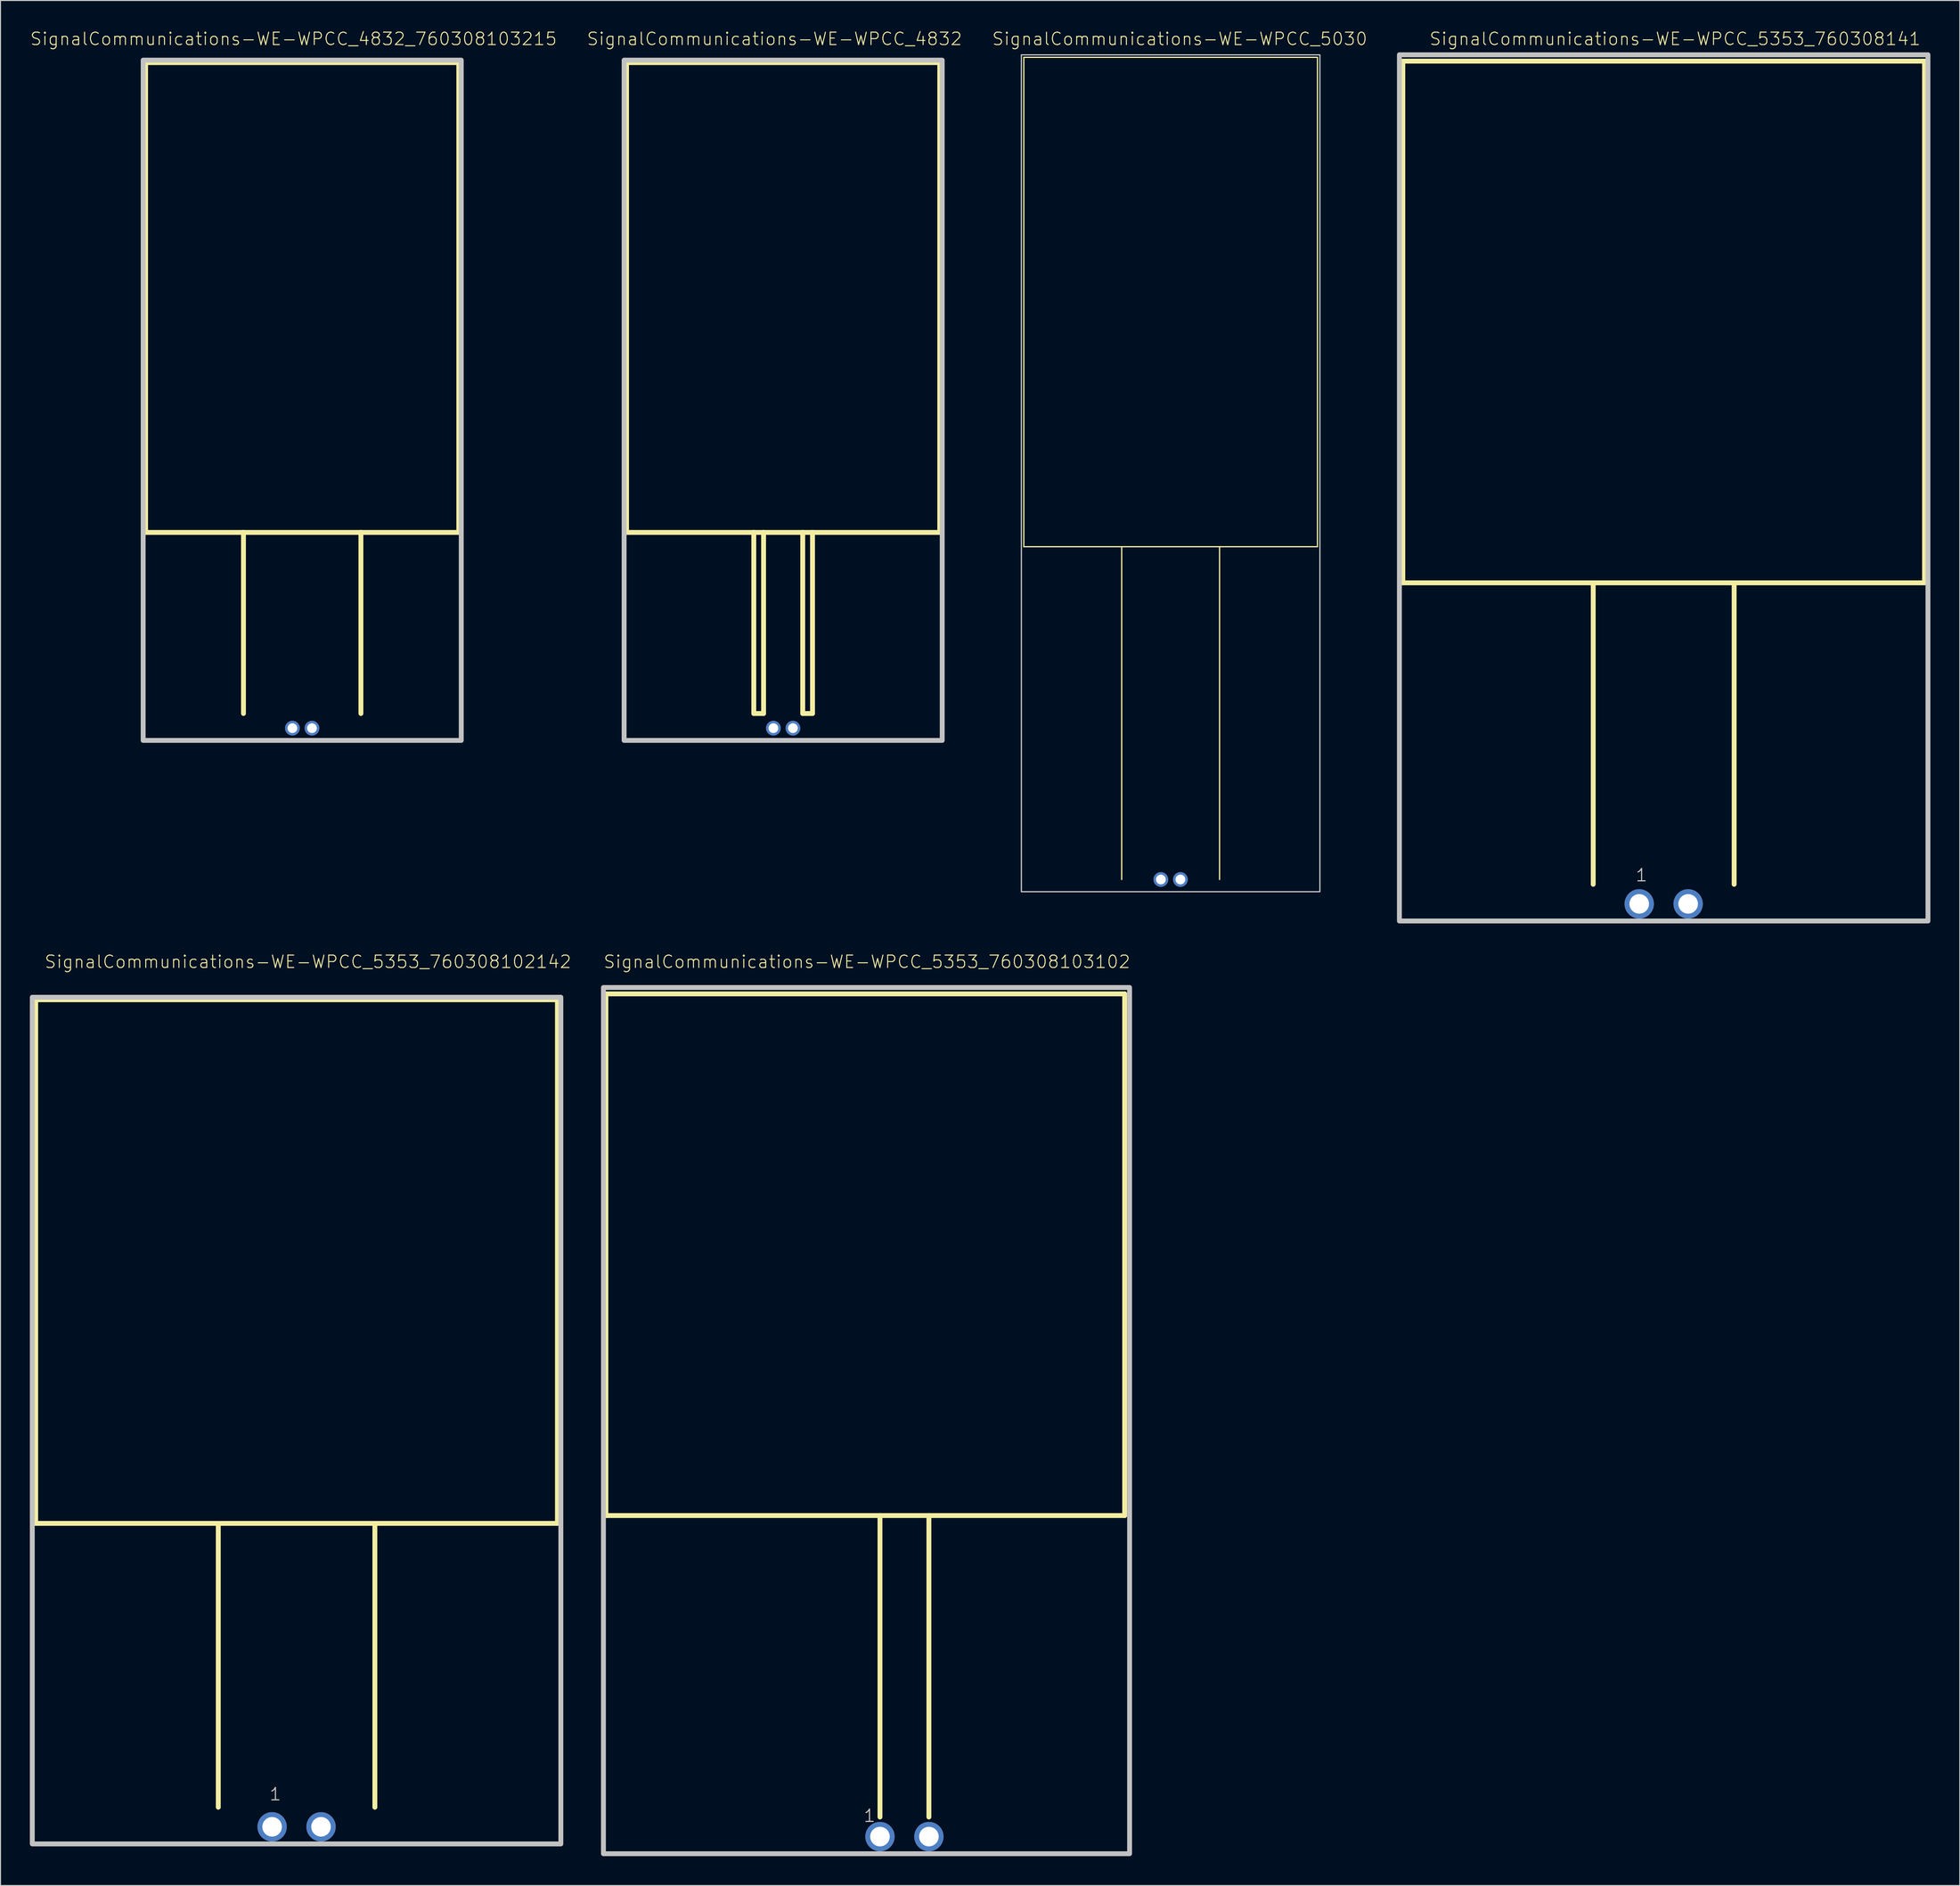
<source format=kicad_pcb>
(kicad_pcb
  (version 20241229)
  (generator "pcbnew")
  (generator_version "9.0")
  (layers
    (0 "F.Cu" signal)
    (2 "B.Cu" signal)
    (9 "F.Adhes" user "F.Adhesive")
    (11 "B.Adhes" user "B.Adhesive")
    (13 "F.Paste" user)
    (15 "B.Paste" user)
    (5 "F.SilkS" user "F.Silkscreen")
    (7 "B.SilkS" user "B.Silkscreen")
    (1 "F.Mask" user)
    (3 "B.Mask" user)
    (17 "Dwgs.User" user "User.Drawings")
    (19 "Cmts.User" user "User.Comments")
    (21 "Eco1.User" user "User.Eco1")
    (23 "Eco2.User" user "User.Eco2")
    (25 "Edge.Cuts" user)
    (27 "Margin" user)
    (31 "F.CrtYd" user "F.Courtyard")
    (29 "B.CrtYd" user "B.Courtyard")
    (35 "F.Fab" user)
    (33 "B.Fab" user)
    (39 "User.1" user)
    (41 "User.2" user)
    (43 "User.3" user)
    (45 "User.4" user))
  (footprint "SignalCommunications-WE-WPCC_4832_760308103215"
    (layer "F.Cu")
    (at 27.821 71.345)
    (property "Reference" "SignalCommunications-WE-WPCC_4832_760308103215" (at -0.884 -70.424 0) (layer "F.SilkS") (effects (font (size 1.27 1.27) (thickness 0.102))))
    (attr exclude_from_pos_files exclude_from_bom)
    (fp_line (start -15.999 -67.998) (end 15.999 -67.998) (stroke (width 0.498) (type solid)) (layer "F.SilkS"))
    (fp_line (start -15.999 -20) (end -15.999 -67.998) (stroke (width 0.498) (type solid)) (layer "F.SilkS"))
    (fp_line (start -5.999 -20) (end -15.999 -20) (stroke (width 0.498) (type solid)) (layer "F.SilkS"))
    (fp_line (start -5.999 -20) (end -5.999 -1.499) (stroke (width 0.498) (type solid)) (layer "F.SilkS"))
    (fp_line (start 5.999 -20) (end -5.999 -20) (stroke (width 0.498) (type solid)) (layer "F.SilkS"))
    (fp_line (start 5.999 -1.499) (end 5.999 -20) (stroke (width 0.498) (type solid)) (layer "F.SilkS"))
    (fp_line (start 15.999 -67.998) (end 15.999 -20) (stroke (width 0.498) (type solid)) (layer "F.SilkS"))
    (fp_line (start 15.999 -20) (end 5.999 -20) (stroke (width 0.498) (type solid)) (layer "F.SilkS"))
    (fp_poly (pts (xy -16.248 -68.25) (xy 16.248 -68.25) (xy 16.248 1.25) (xy -16.248 1.25) (xy -16.248 -68.25)) (stroke (width 0.498) (type solid)) (fill no) (layer "Dwgs.User"))
    (pad "1" thru_hole circle (at -0.998 0) (size 1.506 1.506) (drill 0.998) (layers "*.Cu" "*.Paste" "*.Mask"))
    (pad "2" thru_hole circle (at 0.998 0) (size 1.506 1.506) (drill 0.998) (layers "*.Cu" "*.Paste" "*.Mask")))
  (footprint "SignalCommunications-WE-WPCC_5030"
    (layer "F.Cu")
    (at 116.539 86.804)
    (property "Reference" "SignalCommunications-WE-WPCC_5030" (at 0.925 -85.882 0) (layer "F.SilkS") (effects (font (size 1.27 1.27) (thickness 0.102))))
    (attr exclude_from_pos_files exclude_from_bom)
    (fp_line (start -14.999 -83.998) (end 14.999 -83.998) (stroke (width 0.127) (type solid)) (layer "F.SilkS"))
    (fp_line (start -14.999 -33.998) (end -14.999 -83.998) (stroke (width 0.127) (type solid)) (layer "F.SilkS"))
    (fp_line (start -4.999 0) (end -4.999 -33.998) (stroke (width 0.127) (type solid)) (layer "F.SilkS"))
    (fp_line (start 4.999 0) (end 4.999 -33.998) (stroke (width 0.127) (type solid)) (layer "F.SilkS"))
    (fp_line (start 14.999 -83.998) (end 14.999 -33.998) (stroke (width 0.127) (type solid)) (layer "F.SilkS"))
    (fp_line (start 14.999 -33.998) (end -14.999 -33.998) (stroke (width 0.127) (type solid)) (layer "F.SilkS"))
    (fp_poly (pts (xy 15.248 -84.249) (xy 15.248 1.25) (xy -15.248 1.25) (xy -15.248 -84.249) (xy 15.248 -84.249)) (stroke (width 0.127) (type solid)) (fill no) (layer "Dwgs.User"))
    (pad "1" thru_hole circle (at -0.998 0) (size 1.506 1.506) (drill 0.998) (layers "*.Cu" "*.Paste" "*.Mask"))
    (pad "2" thru_hole circle (at 0.998 0) (size 1.506 1.506) (drill 0.998) (layers "*.Cu" "*.Paste" "*.Mask")))
  (footprint "SignalCommunications-WE-WPCC_4832"
    (layer "F.Cu")
    (at 76.955 71.345)
    (property "Reference" "SignalCommunications-WE-WPCC_4832" (at -0.884 -70.424 0) (layer "F.SilkS") (effects (font (size 1.27 1.27) (thickness 0.102))))
    (attr exclude_from_pos_files exclude_from_bom)
    (fp_line (start -15.999 -67.998) (end 15.999 -67.998) (stroke (width 0.498) (type solid)) (layer "F.SilkS"))
    (fp_line (start -15.999 -20) (end -15.999 -67.998) (stroke (width 0.498) (type solid)) (layer "F.SilkS"))
    (fp_line (start -3 -20) (end -15.999 -20) (stroke (width 0.498) (type solid)) (layer "F.SilkS"))
    (fp_line (start -3 -20) (end -3 -1.499) (stroke (width 0.498) (type solid)) (layer "F.SilkS"))
    (fp_line (start -3 -1.499) (end -1.999 -1.499) (stroke (width 0.498) (type solid)) (layer "F.SilkS"))
    (fp_line (start -1.999 -20) (end -3 -20) (stroke (width 0.498) (type solid)) (layer "F.SilkS"))
    (fp_line (start -1.999 -1.499) (end -1.999 -20) (stroke (width 0.498) (type solid)) (layer "F.SilkS"))
    (fp_line (start 1.999 -20) (end -1.999 -20) (stroke (width 0.498) (type solid)) (layer "F.SilkS"))
    (fp_line (start 1.999 -20) (end 1.999 -1.499) (stroke (width 0.498) (type solid)) (layer "F.SilkS"))
    (fp_line (start 1.999 -1.499) (end 3 -1.499) (stroke (width 0.498) (type solid)) (layer "F.SilkS"))
    (fp_line (start 3 -20) (end 1.999 -20) (stroke (width 0.498) (type solid)) (layer "F.SilkS"))
    (fp_line (start 3 -1.499) (end 3 -20) (stroke (width 0.498) (type solid)) (layer "F.SilkS"))
    (fp_line (start 15.999 -67.998) (end 15.999 -20) (stroke (width 0.498) (type solid)) (layer "F.SilkS"))
    (fp_line (start 15.999 -20) (end 3 -20) (stroke (width 0.498) (type solid)) (layer "F.SilkS"))
    (fp_poly (pts (xy -16.248 -68.25) (xy 16.248 -68.25) (xy 16.248 1.25) (xy -16.248 1.25) (xy -16.248 -68.25)) (stroke (width 0.498) (type solid)) (fill no) (layer "Dwgs.User"))
    (pad "1" thru_hole circle (at -0.998 0) (size 1.506 1.506) (drill 0.998) (layers "*.Cu" "*.Paste" "*.Mask"))
    (pad "2" thru_hole circle (at 0.998 0) (size 1.506 1.506) (drill 0.998) (layers "*.Cu" "*.Paste" "*.Mask")))
  (footprint "SignalCommunications-WE-WPCC_5353_760308103102"
    (layer "F.Cu")
    (at 89.345 184.588)
    (property "Reference" "SignalCommunications-WE-WPCC_5353_760308103102" (at -3.833 -89.375 0) (layer "F.SilkS") (effects (font (size 1.27 1.27) (thickness 0.102))))
    (attr exclude_from_pos_files exclude_from_bom)
    (fp_line (start -30.498 -86.098) (end 22.499 -86.098) (stroke (width 0.498) (type solid)) (layer "F.SilkS"))
    (fp_line (start -30.498 -32.799) (end -30.498 -86.098) (stroke (width 0.498) (type solid)) (layer "F.SilkS"))
    (fp_line (start -2.499 -32.799) (end -30.498 -32.799) (stroke (width 0.498) (type solid)) (layer "F.SilkS"))
    (fp_line (start -2.499 -32.799) (end -2.499 -1.999) (stroke (width 0.498) (type solid)) (layer "F.SilkS"))
    (fp_line (start 2.499 -32.799) (end -2.499 -32.799) (stroke (width 0.498) (type solid)) (layer "F.SilkS"))
    (fp_line (start 2.499 -32.799) (end 2.499 -1.999) (stroke (width 0.498) (type solid)) (layer "F.SilkS"))
    (fp_line (start 22.499 -86.098) (end 22.499 -32.799) (stroke (width 0.498) (type solid)) (layer "F.SilkS"))
    (fp_line (start 22.499 -32.799) (end 2.499 -32.799) (stroke (width 0.498) (type solid)) (layer "F.SilkS"))
    (fp_poly (pts (xy -30.749 -86.749) (xy 23 -86.749) (xy 23 1.748) (xy -30.749 1.748) (xy -30.749 -86.749)) (stroke (width 0.498) (type solid)) (fill no) (layer "Dwgs.User"))
    (fp_text user "1" (at -3.564 -2.134 0) (layer "F.SilkS") (effects (font (size 1.27 1.27) (thickness 0.102))))
    (fp_text user "1" (at -3.564 -2.134 0) (layer "Dwgs.User") (effects (font (size 1.27 1.27) (thickness 0.102))))
    (pad "1" thru_hole circle (at -2.499 0) (size 3 3) (drill 1.999) (layers "*.Cu" "*.Paste" "*.Mask"))
    (pad "2" thru_hole circle (at 2.499 0) (size 3 3) (drill 1.999) (layers "*.Cu" "*.Paste" "*.Mask")))
  (footprint "SignalCommunications-WE-WPCC_5353_760308102142"
    (layer "F.Cu")
    (at 27.247 183.587)
    (property "Reference" "SignalCommunications-WE-WPCC_5353_760308102142" (at 1.163 -88.374 0) (layer "F.SilkS") (effects (font (size 1.27 1.27) (thickness 0.102))))
    (attr exclude_from_pos_files exclude_from_bom)
    (fp_line (start -26.65 -84.498) (end 26.65 -84.498) (stroke (width 0.498) (type solid)) (layer "F.SilkS"))
    (fp_line (start -26.65 -30.998) (end -26.65 -84.498) (stroke (width 0.498) (type solid)) (layer "F.SilkS"))
    (fp_line (start -7.998 -30.998) (end -26.65 -30.998) (stroke (width 0.498) (type solid)) (layer "F.SilkS"))
    (fp_line (start -7.998 -30.998) (end -7.998 -1.999) (stroke (width 0.498) (type solid)) (layer "F.SilkS"))
    (fp_line (start 7.998 -30.998) (end -7.998 -30.998) (stroke (width 0.498) (type solid)) (layer "F.SilkS"))
    (fp_line (start 7.998 -30.998) (end 7.998 -1.999) (stroke (width 0.498) (type solid)) (layer "F.SilkS"))
    (fp_line (start 26.65 -84.498) (end 26.65 -30.998) (stroke (width 0.498) (type solid)) (layer "F.SilkS"))
    (fp_line (start 26.65 -30.998) (end 7.998 -30.998) (stroke (width 0.498) (type solid)) (layer "F.SilkS"))
    (fp_poly (pts (xy -26.998 -84.75) (xy 26.998 -84.75) (xy 26.998 1.748) (xy -26.998 1.748) (xy -26.998 -84.75)) (stroke (width 0.498) (type solid)) (fill no) (layer "Dwgs.User"))
    (fp_text user "1" (at -2.164 -3.332 0) (layer "F.SilkS") (effects (font (size 1.27 1.27) (thickness 0.102))))
    (fp_text user "1" (at -2.164 -3.332 0) (layer "Dwgs.User") (effects (font (size 1.27 1.27) (thickness 0.102))))
    (pad "1" thru_hole circle (at -2.499 0) (size 3 3) (drill 1.999) (layers "*.Cu" "*.Paste" "*.Mask"))
    (pad "2" thru_hole circle (at 2.499 0) (size 3 3) (drill 1.999) (layers "*.Cu" "*.Paste" "*.Mask")))
  (footprint "SignalCommunications-WE-WPCC_5353_760308141"
    (layer "F.Cu")
    (at 166.907 89.295)
    (property "Reference" "SignalCommunications-WE-WPCC_5353_760308141" (at 1.163 -88.374 0) (layer "F.SilkS") (effects (font (size 1.27 1.27) (thickness 0.102))))
    (attr exclude_from_pos_files exclude_from_bom)
    (fp_line (start -26.65 -86.098) (end 26.65 -86.098) (stroke (width 0.498) (type solid)) (layer "F.SilkS"))
    (fp_line (start -26.65 -32.799) (end -26.65 -86.098) (stroke (width 0.498) (type solid)) (layer "F.SilkS"))
    (fp_line (start -7.198 -32.799) (end -26.65 -32.799) (stroke (width 0.498) (type solid)) (layer "F.SilkS"))
    (fp_line (start -7.198 -32.799) (end -7.198 -1.999) (stroke (width 0.498) (type solid)) (layer "F.SilkS"))
    (fp_line (start 7.198 -32.799) (end -7.198 -32.799) (stroke (width 0.498) (type solid)) (layer "F.SilkS"))
    (fp_line (start 7.198 -32.799) (end 7.198 -1.999) (stroke (width 0.498) (type solid)) (layer "F.SilkS"))
    (fp_line (start 26.65 -86.098) (end 26.65 -32.799) (stroke (width 0.498) (type solid)) (layer "F.SilkS"))
    (fp_line (start 26.65 -32.799) (end 7.198 -32.799) (stroke (width 0.498) (type solid)) (layer "F.SilkS"))
    (fp_poly (pts (xy -26.998 -86.749) (xy 26.998 -86.749) (xy 26.998 1.748) (xy -26.998 1.748) (xy -26.998 -86.749)) (stroke (width 0.498) (type solid)) (fill no) (layer "Dwgs.User"))
    (fp_text user "1" (at -2.263 -2.934 0) (layer "F.SilkS") (effects (font (size 1.27 1.27) (thickness 0.102))))
    (fp_text user "1" (at -2.263 -2.934 0) (layer "Dwgs.User") (effects (font (size 1.27 1.27) (thickness 0.102))))
    (pad "1" thru_hole circle (at -2.499 0) (size 3 3) (drill 1.999) (layers "*.Cu" "*.Paste" "*.Mask"))
    (pad "2" thru_hole circle (at 2.499 0) (size 3 3) (drill 1.999) (layers "*.Cu" "*.Paste" "*.Mask")))
  (gr_rect
    (start -3 -3)
    (end 197.153 189.585)
    (stroke (width 0.1) (type default))
    (fill no)
    (layer "Edge.Cuts")))
</source>
